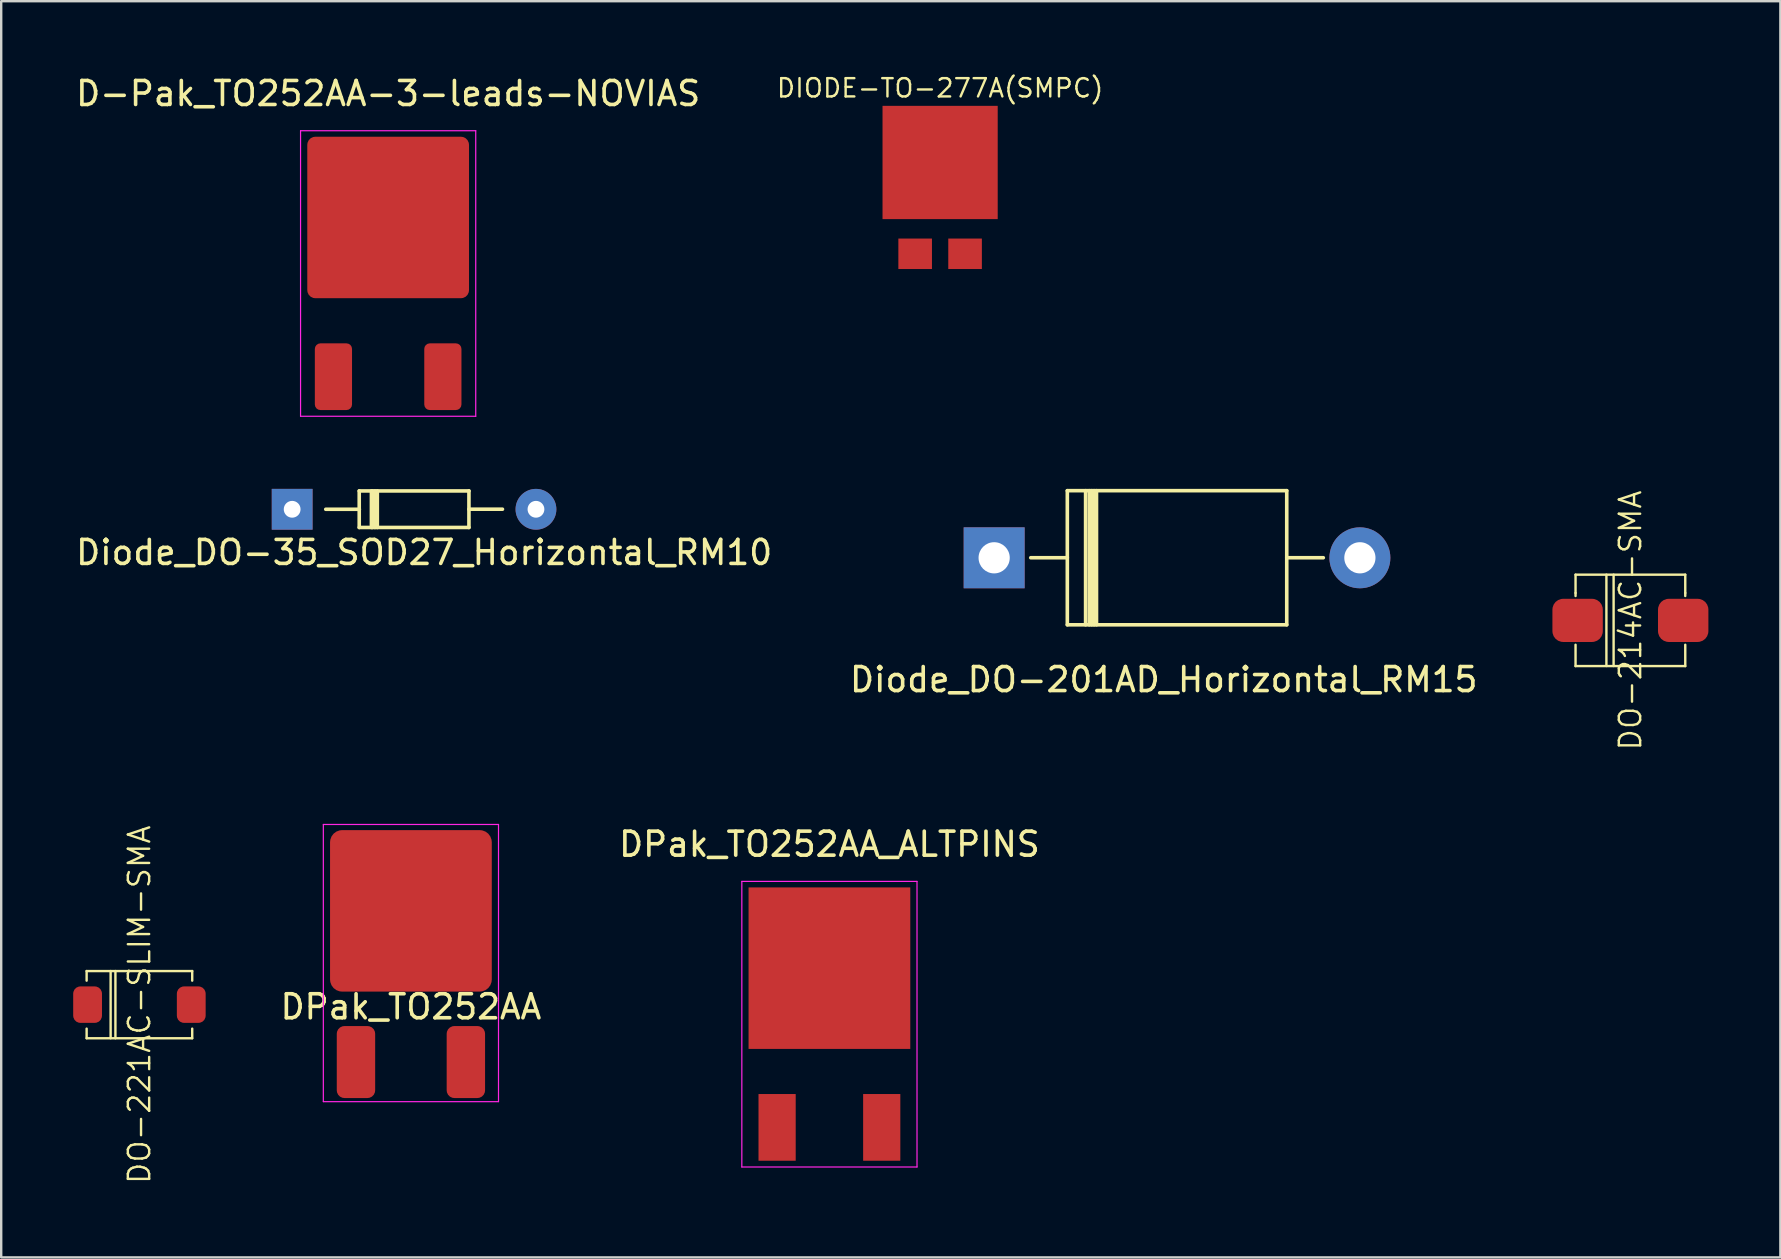
<source format=kicad_pcb>
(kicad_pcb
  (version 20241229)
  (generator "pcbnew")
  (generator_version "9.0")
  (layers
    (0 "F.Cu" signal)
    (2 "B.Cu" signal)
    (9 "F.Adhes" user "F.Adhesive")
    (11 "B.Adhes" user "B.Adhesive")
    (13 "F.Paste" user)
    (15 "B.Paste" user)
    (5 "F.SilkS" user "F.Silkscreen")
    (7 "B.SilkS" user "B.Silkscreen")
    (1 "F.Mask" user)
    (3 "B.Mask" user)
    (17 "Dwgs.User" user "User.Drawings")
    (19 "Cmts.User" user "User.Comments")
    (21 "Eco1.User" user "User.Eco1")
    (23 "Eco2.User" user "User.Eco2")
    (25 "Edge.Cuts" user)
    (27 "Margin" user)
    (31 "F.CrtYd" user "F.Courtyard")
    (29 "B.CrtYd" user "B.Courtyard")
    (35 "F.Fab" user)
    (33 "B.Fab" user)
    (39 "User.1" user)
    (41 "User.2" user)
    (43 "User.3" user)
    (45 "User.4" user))
  (footprint "DO-214AC-SMA"
    (layer "F.Cu")
    (at 64.893 22.803)
    (property "Reference" "DO-214AC-SMA" (at 0 0 90) (layer "F.SilkS") (effects (font (size 0.889 0.889) (thickness 0.1))))
    (attr smd)
    (fp_line (start -2.286 -1.905) (end 2.286 -1.905) (stroke (width 0.1) (type solid)) (layer "F.SilkS"))
    (fp_line (start -2.286 -1.143) (end -2.286 -1.905) (stroke (width 0.1) (type solid)) (layer "F.SilkS"))
    (fp_line (start -2.286 -1.016) (end -2.286 -1.143) (stroke (width 0.1) (type solid)) (layer "F.SilkS"))
    (fp_line (start -2.286 1.016) (end -2.286 1.905) (stroke (width 0.1) (type solid)) (layer "F.SilkS"))
    (fp_line (start -2.286 1.905) (end 2.286 1.905) (stroke (width 0.1) (type solid)) (layer "F.SilkS"))
    (fp_line (start -1 -1.905) (end -1 1.9) (stroke (width 0.1) (type solid)) (layer "F.SilkS"))
    (fp_line (start -0.7 1.9) (end -0.7 -1.905) (stroke (width 0.1) (type solid)) (layer "F.SilkS"))
    (fp_line (start 2.286 -1.905) (end 2.286 -1.143) (stroke (width 0.1) (type solid)) (layer "F.SilkS"))
    (fp_line (start 2.286 -1.016) (end 2.286 -1.143) (stroke (width 0.1) (type solid)) (layer "F.SilkS"))
    (fp_line (start 2.286 1.905) (end 2.286 1.016) (stroke (width 0.1) (type solid)) (layer "F.SilkS"))
    (pad "1" smd roundrect (at -2.2 0) (size 2.1 1.8) (layers "F.Cu" "F.Mask" "F.Paste") (roundrect_rratio 0.25))
    (pad "2" smd roundrect (at 2.2 0) (size 2.1 1.8) (layers "F.Cu" "F.Mask" "F.Paste") (roundrect_rratio 0.25)))
  (footprint "DPak_TO252AA_ALTPINS"
    (layer "F.Cu")
    (at 31.514 39.631)
    (property "Reference" "DPak_TO252AA_ALTPINS" (at 0 -7.5 0) (layer "F.SilkS") (effects (font (size 1 1) (thickness 0.15))))
    (attr smd)
    (fp_line (start -3.65 -5.95) (end 3.65 -5.95) (stroke (width 0.05) (type solid)) (layer "F.CrtYd"))
    (fp_line (start -3.65 5.95) (end -3.65 -5.95) (stroke (width 0.05) (type solid)) (layer "F.CrtYd"))
    (fp_line (start 3.65 -5.95) (end 3.65 5.95) (stroke (width 0.05) (type solid)) (layer "F.CrtYd"))
    (fp_line (start 3.65 5.95) (end -3.65 5.95) (stroke (width 0.05) (type solid)) (layer "F.CrtYd"))
    (pad "1" smd rect (at -2.18 4.3) (size 1.55 2.78) (layers "F.Cu" "F.Mask" "F.Paste"))
    (pad "2" smd rect (at 0 -2.335) (size 6.74 6.73) (layers "F.Cu" "F.Mask" "F.Paste"))
    (pad "3" smd rect (at 2.18 4.3) (size 1.55 2.78) (layers "F.Cu" "F.Mask" "F.Paste")))
  (footprint "Diode_DO-201AD_Horizontal_RM15"
    (layer "F.Cu")
    (at 38.379 20.195)
    (property "Reference" "Diode_DO-201AD_Horizontal_RM15" (at 7.067 5.077 0) (layer "F.SilkS") (effects (font (size 1 1) (thickness 0.15))))
    (attr through_hole)
    (fp_line (start 3.049 -2.797) (end 12.193 -2.797) (stroke (width 0.15) (type solid)) (layer "F.SilkS"))
    (fp_line (start 3.049 -0.003) (end 1.525 -0.003) (stroke (width 0.15) (type solid)) (layer "F.SilkS"))
    (fp_line (start 3.049 2.791) (end 3.049 -2.797) (stroke (width 0.15) (type solid)) (layer "F.SilkS"))
    (fp_line (start 3.811 -2.797) (end 3.811 2.791) (stroke (width 0.15) (type solid)) (layer "F.SilkS"))
    (fp_line (start 3.965 -2.797) (end 3.965 2.791) (stroke (width 0.15) (type solid)) (layer "F.SilkS"))
    (fp_line (start 4.065 -2.797) (end 4.065 2.791) (stroke (width 0.15) (type solid)) (layer "F.SilkS"))
    (fp_line (start 4.165 -2.797) (end 4.165 2.791) (stroke (width 0.15) (type solid)) (layer "F.SilkS"))
    (fp_line (start 4.265 -2.797) (end 4.265 2.791) (stroke (width 0.15) (type solid)) (layer "F.SilkS"))
    (fp_line (start 12.193 -2.797) (end 12.193 2.791) (stroke (width 0.15) (type solid)) (layer "F.SilkS"))
    (fp_line (start 12.193 -0.003) (end 13.717 -0.003) (stroke (width 0.15) (type solid)) (layer "F.SilkS"))
    (fp_line (start 12.193 2.791) (end 3.049 2.791) (stroke (width 0.15) (type solid)) (layer "F.SilkS"))
    (pad "1" thru_hole rect (at 0 0 180) (size 2.54 2.54) (drill 1.3) (layers "*.Cu" "*.Mask"))
    (pad "2" thru_hole circle (at 15.241 0 180) (size 2.54 2.54) (drill 1.3) (layers "*.Cu" "*.Mask")))
  (footprint "DPak_TO252AA"
    (layer "F.Cu")
    (at 14.074 36.908)
    (property "Reference" "DPak_TO252AA" (at 0 2 0) (layer "F.SilkS") (effects (font (size 1 1) (thickness 0.15))))
    (attr smd)
    (fp_poly (pts (xy -0.4 -2.2) (xy -2.4 -2.2) (xy -2.4 -4.7) (xy -0.4 -4.7)) (stroke (width 0.1) (type solid)) (fill yes) (layer "F.Paste"))
    (fp_poly (pts (xy -0.4 0.8) (xy -2.4 0.8) (xy -2.4 -1.7) (xy -0.4 -1.7)) (stroke (width 0.1) (type solid)) (fill yes) (layer "F.Paste"))
    (fp_poly (pts (xy 2.2 -2.2) (xy 0.2 -2.2) (xy 0.2 -4.7) (xy 2.2 -4.7)) (stroke (width 0.1) (type solid)) (fill yes) (layer "F.Paste"))
    (fp_poly (pts (xy 2.2 0.8) (xy 0.2 0.8) (xy 0.2 -1.7) (xy 2.2 -1.7)) (stroke (width 0.1) (type solid)) (fill yes) (layer "F.Paste"))
    (fp_line (start -3.65 -5.6) (end 3.65 -5.6) (stroke (width 0.05) (type solid)) (layer "F.CrtYd"))
    (fp_line (start -3.65 5.95) (end -3.65 -5.6) (stroke (width 0.05) (type solid)) (layer "F.CrtYd"))
    (fp_line (start 3.65 -5.6) (end 3.65 5.95) (stroke (width 0.05) (type solid)) (layer "F.CrtYd"))
    (fp_line (start 3.65 5.95) (end -3.65 5.95) (stroke (width 0.05) (type solid)) (layer "F.CrtYd"))
    (pad "1" smd roundrect (at -2.29 4.3) (size 1.6 3) (layers "F.Cu" "F.Mask" "F.Paste") (roundrect_rratio 0.2))
    (pad "2" smd roundrect (at 0 -2) (size 6.74 6.73) (layers "F.Cu" "F.Mask") (roundrect_rratio 0.075))
    (pad "3" smd roundrect (at 2.29 4.3) (size 1.6 3) (layers "F.Cu" "F.Mask" "F.Paste") (roundrect_rratio 0.2)))
  (footprint "DIODE-TO-277A(SMPC)"
    (layer "F.Cu")
    (at 36.127 3.721)
    (property "Reference" "DIODE-TO-277A(SMPC)" (at 0 -3.1 0) (layer "F.SilkS") (effects (font (size 0.762 0.762) (thickness 0.1))))
    (attr through_hole)
    (pad "1" smd rect (at 0 0) (size 4.8 4.72) (layers "F.Cu" "F.Mask" "F.Paste"))
    (pad "2" smd rect (at -1.04 3.805) (size 1.4 1.27) (layers "F.Cu" "F.Mask" "F.Paste"))
    (pad "2" smd rect (at 1.04 3.805) (size 1.4 1.27) (layers "F.Cu" "F.Mask" "F.Paste")))
  (footprint "DO-221AC-SLIM-SMA"
    (layer "F.Cu")
    (at 2.76 38.816)
    (property "Reference" "DO-221AC-SLIM-SMA" (at 0 0 90) (layer "F.SilkS") (effects (font (size 0.889 0.889) (thickness 0.1))))
    (attr through_hole)
    (fp_line (start -2.2 -1.4) (end 2.2 -1.4) (stroke (width 0.1) (type solid)) (layer "F.SilkS"))
    (fp_line (start -2.2 -1) (end -2.2 -1.4) (stroke (width 0.1) (type solid)) (layer "F.SilkS"))
    (fp_line (start -2.2 1) (end -2.2 1.4) (stroke (width 0.1) (type solid)) (layer "F.SilkS"))
    (fp_line (start -2.2 1.4) (end 2.2 1.4) (stroke (width 0.1) (type solid)) (layer "F.SilkS"))
    (fp_line (start -1.2 1.4) (end -1.2 -1.4) (stroke (width 0.1) (type solid)) (layer "F.SilkS"))
    (fp_line (start -1 -1.4) (end -1 1.4) (stroke (width 0.1) (type solid)) (layer "F.SilkS"))
    (fp_line (start 2.2 -1.4) (end 2.2 -1) (stroke (width 0.1) (type solid)) (layer "F.SilkS"))
    (fp_line (start 2.2 1.4) (end 2.2 1) (stroke (width 0.1) (type solid)) (layer "F.SilkS"))
    (pad "1" smd roundrect (at -2.16 0) (size 1.2 1.52) (layers "F.Cu" "F.Mask" "F.Paste") (roundrect_rratio 0.25))
    (pad "2" smd roundrect (at 2.16 0) (size 1.2 1.52) (layers "F.Cu" "F.Mask" "F.Paste") (roundrect_rratio 0.25)))
  (footprint "D-Pak_TO252AA-3-leads-NOVIAS"
    (layer "F.Cu")
    (at 13.125 8.348)
    (property "Reference" "D-Pak_TO252AA-3-leads-NOVIAS" (at 0 -7.5 0) (layer "F.SilkS") (effects (font (size 1 1) (thickness 0.15))))
    (attr smd)
    (fp_line (start -3.65 -5.95) (end 3.65 -5.95) (stroke (width 0.05) (type solid)) (layer "F.CrtYd"))
    (fp_line (start -3.65 5.95) (end -3.65 -5.95) (stroke (width 0.05) (type solid)) (layer "F.CrtYd"))
    (fp_line (start 3.65 -5.95) (end 3.65 5.95) (stroke (width 0.05) (type solid)) (layer "F.CrtYd"))
    (fp_line (start 3.65 5.95) (end -3.65 5.95) (stroke (width 0.05) (type solid)) (layer "F.CrtYd"))
    (pad "" smd rect (at -1.4 -3.8) (size 2 2) (layers "F.Paste"))
    (pad "" smd rect (at -1.4 -1) (size 2 2) (layers "F.Paste"))
    (pad "" smd rect (at 1.4 -3.8) (size 2 2) (layers "F.Paste"))
    (pad "" smd rect (at 1.4 -1) (size 2 2) (layers "F.Paste"))
    (pad "1" smd roundrect (at -2.28 4.3) (size 1.55 2.78) (layers "F.Cu" "F.Mask" "F.Paste") (roundrect_rratio 0.15))
    (pad "2" smd roundrect (at 0 -2.335) (size 6.74 6.73) (layers "F.Cu" "F.Mask") (roundrect_rratio 0.05))
    (pad "3" smd roundrect (at 2.28 4.3) (size 1.55 2.78) (layers "F.Cu" "F.Mask" "F.Paste") (roundrect_rratio 0.15)))
  (footprint "Diode_DO-35_SOD27_Horizontal_RM10"
    (layer "F.Cu")
    (at 9.125 18.173)
    (property "Reference" "Diode_DO-35_SOD27_Horizontal_RM10" (at 5.5 1.8 0) (layer "F.SilkS") (effects (font (size 1 1) (thickness 0.15))))
    (attr through_hole)
    (fp_line (start 2.795 -0.765) (end 2.795 -0.003) (stroke (width 0.15) (type solid)) (layer "F.SilkS"))
    (fp_line (start 2.795 -0.003) (end 2.795 0.759) (stroke (width 0.15) (type solid)) (layer "F.SilkS"))
    (fp_line (start 2.795 0.759) (end 7.367 0.759) (stroke (width 0.15) (type solid)) (layer "F.SilkS"))
    (fp_line (start 2.8 0) (end 1.4 0) (stroke (width 0.15) (type solid)) (layer "F.SilkS"))
    (fp_line (start 3.303 -0.765) (end 3.303 0.759) (stroke (width 0.15) (type solid)) (layer "F.SilkS"))
    (fp_line (start 3.349 -0.765) (end 3.349 0.759) (stroke (width 0.15) (type solid)) (layer "F.SilkS"))
    (fp_line (start 3.449 -0.765) (end 3.449 0.759) (stroke (width 0.15) (type solid)) (layer "F.SilkS"))
    (fp_line (start 3.549 -0.765) (end 3.549 0.759) (stroke (width 0.15) (type solid)) (layer "F.SilkS"))
    (fp_line (start 7.367 -0.765) (end 2.795 -0.765) (stroke (width 0.15) (type solid)) (layer "F.SilkS"))
    (fp_line (start 7.367 -0.003) (end 8.764 -0.003) (stroke (width 0.15) (type solid)) (layer "F.SilkS"))
    (fp_line (start 7.367 0.759) (end 7.367 -0.765) (stroke (width 0.15) (type solid)) (layer "F.SilkS"))
    (pad "1" thru_hole rect (at 0 0 180) (size 1.7 1.7) (drill 0.7) (layers "*.Cu" "*.Mask"))
    (pad "2" thru_hole circle (at 10.16 0 180) (size 1.7 1.7) (drill 0.7) (layers "*.Cu" "*.Mask")))
  (gr_rect
    (start -3 -3)
    (end 71.143 49.349)
    (stroke (width 0.1) (type default))
    (fill no)
    (layer "Edge.Cuts")))
</source>
